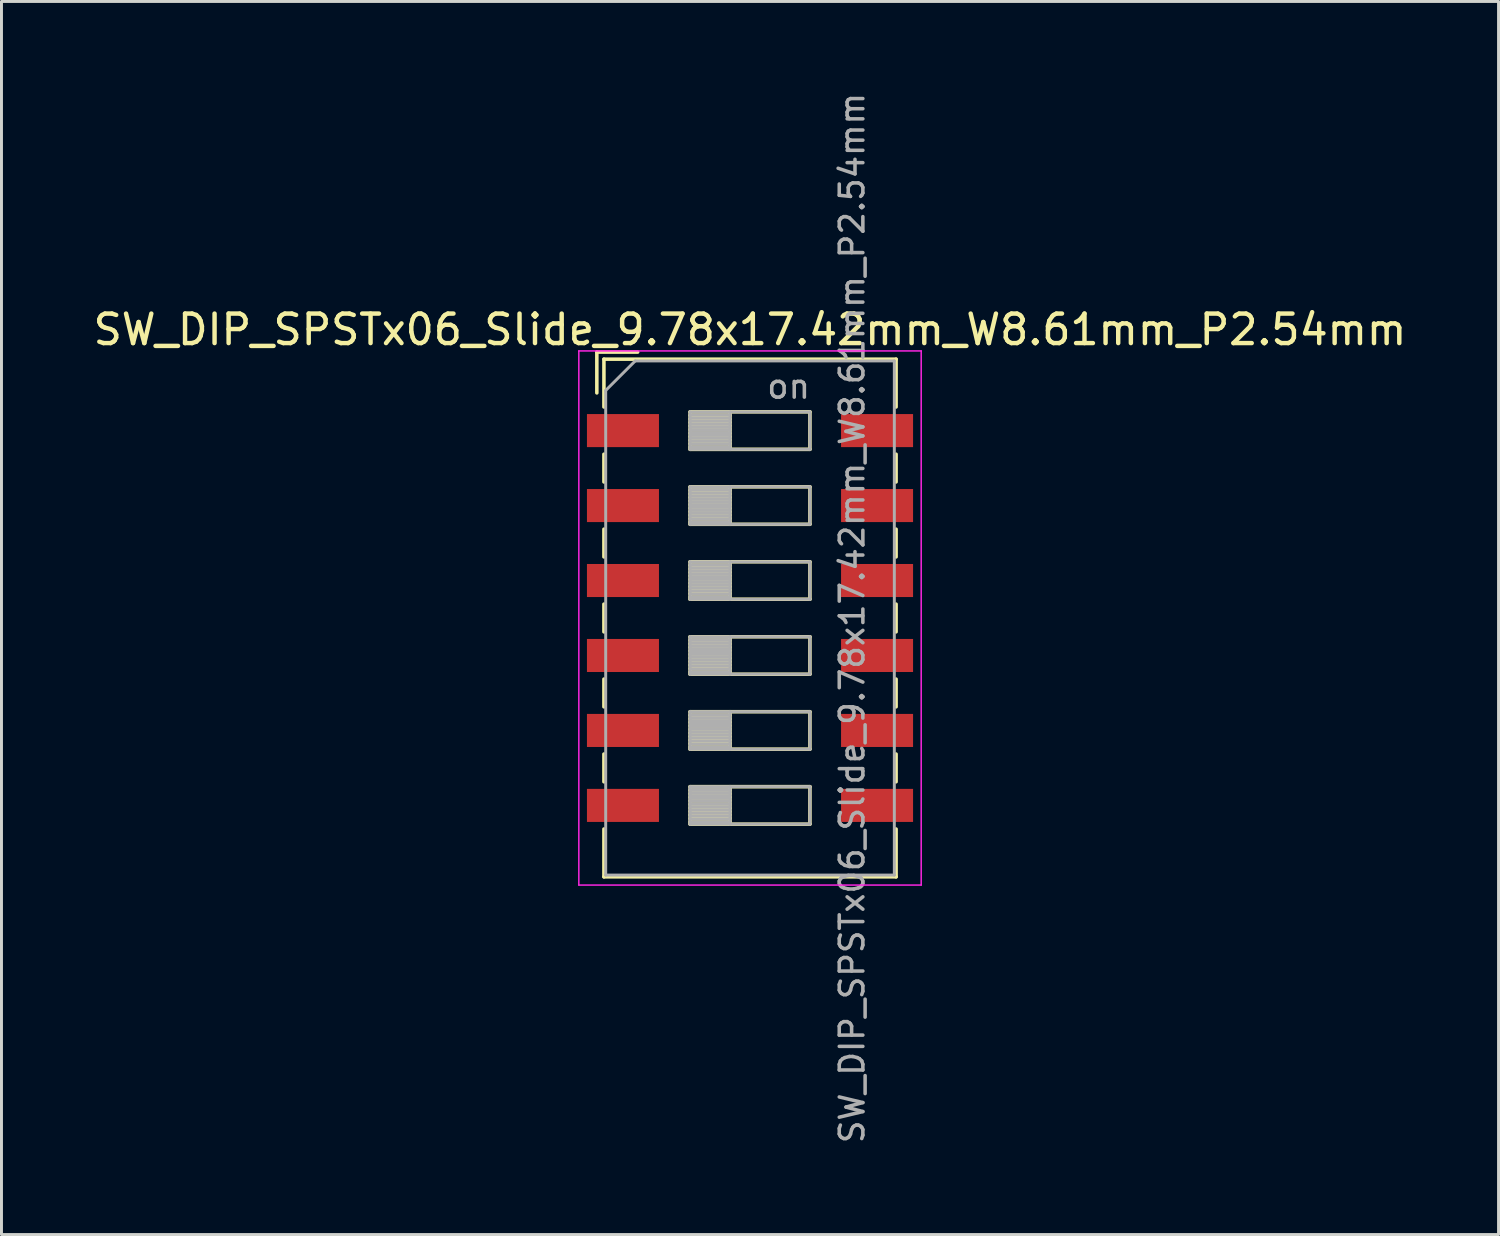
<source format=kicad_pcb>
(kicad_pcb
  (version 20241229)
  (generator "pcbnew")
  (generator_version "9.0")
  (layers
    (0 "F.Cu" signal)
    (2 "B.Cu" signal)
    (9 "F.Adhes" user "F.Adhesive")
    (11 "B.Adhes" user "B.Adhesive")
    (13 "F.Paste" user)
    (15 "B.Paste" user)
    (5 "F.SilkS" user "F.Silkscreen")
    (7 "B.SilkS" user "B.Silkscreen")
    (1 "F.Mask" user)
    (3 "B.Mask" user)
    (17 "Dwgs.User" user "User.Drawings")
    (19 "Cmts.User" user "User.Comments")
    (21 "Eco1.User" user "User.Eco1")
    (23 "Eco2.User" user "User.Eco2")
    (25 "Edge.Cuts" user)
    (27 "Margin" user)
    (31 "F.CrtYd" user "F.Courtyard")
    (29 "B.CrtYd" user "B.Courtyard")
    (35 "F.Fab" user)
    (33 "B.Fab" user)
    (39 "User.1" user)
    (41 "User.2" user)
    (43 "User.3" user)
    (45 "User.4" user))
  (footprint "SW_DIP_SPSTx06_Slide_9.78x17.42mm_W8.61mm_P2.54mm"
    (layer "F.Cu")
    (at 22.363 17.89)
    (property "Reference" "SW_DIP_SPSTx06_Slide_9.78x17.42mm_W8.61mm_P2.54mm" (at 0 -9.77 0) (layer "F.SilkS") (effects (font (size 1 1) (thickness 0.15))))
    (attr smd)
    (fp_line (start -5.19 -9.01) (end -5.19 -7.627) (stroke (width 0.12) (type solid)) (layer "F.SilkS"))
    (fp_line (start -5.19 -9.01) (end -3.806 -9.01) (stroke (width 0.12) (type solid)) (layer "F.SilkS"))
    (fp_line (start -4.95 -8.77) (end -4.95 -7.15) (stroke (width 0.12) (type solid)) (layer "F.SilkS"))
    (fp_line (start -4.95 -8.77) (end 4.95 -8.77) (stroke (width 0.12) (type solid)) (layer "F.SilkS"))
    (fp_line (start -4.95 -5.55) (end -4.95 -4.61) (stroke (width 0.12) (type solid)) (layer "F.SilkS"))
    (fp_line (start -4.95 -3.01) (end -4.95 -2.07) (stroke (width 0.12) (type solid)) (layer "F.SilkS"))
    (fp_line (start -4.95 -0.47) (end -4.95 0.47) (stroke (width 0.12) (type solid)) (layer "F.SilkS"))
    (fp_line (start -4.95 2.07) (end -4.95 3.01) (stroke (width 0.12) (type solid)) (layer "F.SilkS"))
    (fp_line (start -4.95 4.61) (end -4.95 5.55) (stroke (width 0.12) (type solid)) (layer "F.SilkS"))
    (fp_line (start -4.95 7.15) (end -4.95 8.77) (stroke (width 0.12) (type solid)) (layer "F.SilkS"))
    (fp_line (start -4.95 8.77) (end 4.95 8.77) (stroke (width 0.12) (type solid)) (layer "F.SilkS"))
    (fp_line (start -2.03 -6.985) (end -2.03 -5.715) (stroke (width 0.12) (type solid)) (layer "F.SilkS"))
    (fp_line (start -2.03 -6.865) (end -0.677 -6.865) (stroke (width 0.12) (type solid)) (layer "F.SilkS"))
    (fp_line (start -2.03 -6.745) (end -0.677 -6.745) (stroke (width 0.12) (type solid)) (layer "F.SilkS"))
    (fp_line (start -2.03 -6.625) (end -0.677 -6.625) (stroke (width 0.12) (type solid)) (layer "F.SilkS"))
    (fp_line (start -2.03 -6.505) (end -0.677 -6.505) (stroke (width 0.12) (type solid)) (layer "F.SilkS"))
    (fp_line (start -2.03 -6.385) (end -0.677 -6.385) (stroke (width 0.12) (type solid)) (layer "F.SilkS"))
    (fp_line (start -2.03 -6.265) (end -0.677 -6.265) (stroke (width 0.12) (type solid)) (layer "F.SilkS"))
    (fp_line (start -2.03 -6.145) (end -0.677 -6.145) (stroke (width 0.12) (type solid)) (layer "F.SilkS"))
    (fp_line (start -2.03 -6.025) (end -0.677 -6.025) (stroke (width 0.12) (type solid)) (layer "F.SilkS"))
    (fp_line (start -2.03 -5.905) (end -0.677 -5.905) (stroke (width 0.12) (type solid)) (layer "F.SilkS"))
    (fp_line (start -2.03 -5.785) (end -0.677 -5.785) (stroke (width 0.12) (type solid)) (layer "F.SilkS"))
    (fp_line (start -2.03 -5.715) (end 2.03 -5.715) (stroke (width 0.12) (type solid)) (layer "F.SilkS"))
    (fp_line (start -2.03 -4.445) (end -2.03 -3.175) (stroke (width 0.12) (type solid)) (layer "F.SilkS"))
    (fp_line (start -2.03 -4.325) (end -0.677 -4.325) (stroke (width 0.12) (type solid)) (layer "F.SilkS"))
    (fp_line (start -2.03 -4.205) (end -0.677 -4.205) (stroke (width 0.12) (type solid)) (layer "F.SilkS"))
    (fp_line (start -2.03 -4.085) (end -0.677 -4.085) (stroke (width 0.12) (type solid)) (layer "F.SilkS"))
    (fp_line (start -2.03 -3.965) (end -0.677 -3.965) (stroke (width 0.12) (type solid)) (layer "F.SilkS"))
    (fp_line (start -2.03 -3.845) (end -0.677 -3.845) (stroke (width 0.12) (type solid)) (layer "F.SilkS"))
    (fp_line (start -2.03 -3.725) (end -0.677 -3.725) (stroke (width 0.12) (type solid)) (layer "F.SilkS"))
    (fp_line (start -2.03 -3.605) (end -0.677 -3.605) (stroke (width 0.12) (type solid)) (layer "F.SilkS"))
    (fp_line (start -2.03 -3.485) (end -0.677 -3.485) (stroke (width 0.12) (type solid)) (layer "F.SilkS"))
    (fp_line (start -2.03 -3.365) (end -0.677 -3.365) (stroke (width 0.12) (type solid)) (layer "F.SilkS"))
    (fp_line (start -2.03 -3.245) (end -0.677 -3.245) (stroke (width 0.12) (type solid)) (layer "F.SilkS"))
    (fp_line (start -2.03 -3.175) (end 2.03 -3.175) (stroke (width 0.12) (type solid)) (layer "F.SilkS"))
    (fp_line (start -2.03 -1.905) (end -2.03 -0.635) (stroke (width 0.12) (type solid)) (layer "F.SilkS"))
    (fp_line (start -2.03 -1.785) (end -0.677 -1.785) (stroke (width 0.12) (type solid)) (layer "F.SilkS"))
    (fp_line (start -2.03 -1.665) (end -0.677 -1.665) (stroke (width 0.12) (type solid)) (layer "F.SilkS"))
    (fp_line (start -2.03 -1.545) (end -0.677 -1.545) (stroke (width 0.12) (type solid)) (layer "F.SilkS"))
    (fp_line (start -2.03 -1.425) (end -0.677 -1.425) (stroke (width 0.12) (type solid)) (layer "F.SilkS"))
    (fp_line (start -2.03 -1.305) (end -0.677 -1.305) (stroke (width 0.12) (type solid)) (layer "F.SilkS"))
    (fp_line (start -2.03 -1.185) (end -0.677 -1.185) (stroke (width 0.12) (type solid)) (layer "F.SilkS"))
    (fp_line (start -2.03 -1.065) (end -0.677 -1.065) (stroke (width 0.12) (type solid)) (layer "F.SilkS"))
    (fp_line (start -2.03 -0.945) (end -0.677 -0.945) (stroke (width 0.12) (type solid)) (layer "F.SilkS"))
    (fp_line (start -2.03 -0.825) (end -0.677 -0.825) (stroke (width 0.12) (type solid)) (layer "F.SilkS"))
    (fp_line (start -2.03 -0.705) (end -0.677 -0.705) (stroke (width 0.12) (type solid)) (layer "F.SilkS"))
    (fp_line (start -2.03 -0.635) (end 2.03 -0.635) (stroke (width 0.12) (type solid)) (layer "F.SilkS"))
    (fp_line (start -2.03 0.635) (end -2.03 1.905) (stroke (width 0.12) (type solid)) (layer "F.SilkS"))
    (fp_line (start -2.03 0.755) (end -0.677 0.755) (stroke (width 0.12) (type solid)) (layer "F.SilkS"))
    (fp_line (start -2.03 0.875) (end -0.677 0.875) (stroke (width 0.12) (type solid)) (layer "F.SilkS"))
    (fp_line (start -2.03 0.995) (end -0.677 0.995) (stroke (width 0.12) (type solid)) (layer "F.SilkS"))
    (fp_line (start -2.03 1.115) (end -0.677 1.115) (stroke (width 0.12) (type solid)) (layer "F.SilkS"))
    (fp_line (start -2.03 1.235) (end -0.677 1.235) (stroke (width 0.12) (type solid)) (layer "F.SilkS"))
    (fp_line (start -2.03 1.355) (end -0.677 1.355) (stroke (width 0.12) (type solid)) (layer "F.SilkS"))
    (fp_line (start -2.03 1.475) (end -0.677 1.475) (stroke (width 0.12) (type solid)) (layer "F.SilkS"))
    (fp_line (start -2.03 1.595) (end -0.677 1.595) (stroke (width 0.12) (type solid)) (layer "F.SilkS"))
    (fp_line (start -2.03 1.715) (end -0.677 1.715) (stroke (width 0.12) (type solid)) (layer "F.SilkS"))
    (fp_line (start -2.03 1.835) (end -0.677 1.835) (stroke (width 0.12) (type solid)) (layer "F.SilkS"))
    (fp_line (start -2.03 1.905) (end 2.03 1.905) (stroke (width 0.12) (type solid)) (layer "F.SilkS"))
    (fp_line (start -2.03 3.175) (end -2.03 4.445) (stroke (width 0.12) (type solid)) (layer "F.SilkS"))
    (fp_line (start -2.03 3.295) (end -0.677 3.295) (stroke (width 0.12) (type solid)) (layer "F.SilkS"))
    (fp_line (start -2.03 3.415) (end -0.677 3.415) (stroke (width 0.12) (type solid)) (layer "F.SilkS"))
    (fp_line (start -2.03 3.535) (end -0.677 3.535) (stroke (width 0.12) (type solid)) (layer "F.SilkS"))
    (fp_line (start -2.03 3.655) (end -0.677 3.655) (stroke (width 0.12) (type solid)) (layer "F.SilkS"))
    (fp_line (start -2.03 3.775) (end -0.677 3.775) (stroke (width 0.12) (type solid)) (layer "F.SilkS"))
    (fp_line (start -2.03 3.895) (end -0.677 3.895) (stroke (width 0.12) (type solid)) (layer "F.SilkS"))
    (fp_line (start -2.03 4.015) (end -0.677 4.015) (stroke (width 0.12) (type solid)) (layer "F.SilkS"))
    (fp_line (start -2.03 4.135) (end -0.677 4.135) (stroke (width 0.12) (type solid)) (layer "F.SilkS"))
    (fp_line (start -2.03 4.255) (end -0.677 4.255) (stroke (width 0.12) (type solid)) (layer "F.SilkS"))
    (fp_line (start -2.03 4.375) (end -0.677 4.375) (stroke (width 0.12) (type solid)) (layer "F.SilkS"))
    (fp_line (start -2.03 4.445) (end 2.03 4.445) (stroke (width 0.12) (type solid)) (layer "F.SilkS"))
    (fp_line (start -2.03 5.715) (end -2.03 6.985) (stroke (width 0.12) (type solid)) (layer "F.SilkS"))
    (fp_line (start -2.03 5.835) (end -0.677 5.835) (stroke (width 0.12) (type solid)) (layer "F.SilkS"))
    (fp_line (start -2.03 5.955) (end -0.677 5.955) (stroke (width 0.12) (type solid)) (layer "F.SilkS"))
    (fp_line (start -2.03 6.075) (end -0.677 6.075) (stroke (width 0.12) (type solid)) (layer "F.SilkS"))
    (fp_line (start -2.03 6.195) (end -0.677 6.195) (stroke (width 0.12) (type solid)) (layer "F.SilkS"))
    (fp_line (start -2.03 6.315) (end -0.677 6.315) (stroke (width 0.12) (type solid)) (layer "F.SilkS"))
    (fp_line (start -2.03 6.435) (end -0.677 6.435) (stroke (width 0.12) (type solid)) (layer "F.SilkS"))
    (fp_line (start -2.03 6.555) (end -0.677 6.555) (stroke (width 0.12) (type solid)) (layer "F.SilkS"))
    (fp_line (start -2.03 6.675) (end -0.677 6.675) (stroke (width 0.12) (type solid)) (layer "F.SilkS"))
    (fp_line (start -2.03 6.795) (end -0.677 6.795) (stroke (width 0.12) (type solid)) (layer "F.SilkS"))
    (fp_line (start -2.03 6.915) (end -0.677 6.915) (stroke (width 0.12) (type solid)) (layer "F.SilkS"))
    (fp_line (start -2.03 6.985) (end 2.03 6.985) (stroke (width 0.12) (type solid)) (layer "F.SilkS"))
    (fp_line (start -0.677 -6.985) (end -0.677 -5.715) (stroke (width 0.12) (type solid)) (layer "F.SilkS"))
    (fp_line (start -0.677 -4.445) (end -0.677 -3.175) (stroke (width 0.12) (type solid)) (layer "F.SilkS"))
    (fp_line (start -0.677 -1.905) (end -0.677 -0.635) (stroke (width 0.12) (type solid)) (layer "F.SilkS"))
    (fp_line (start -0.677 0.635) (end -0.677 1.905) (stroke (width 0.12) (type solid)) (layer "F.SilkS"))
    (fp_line (start -0.677 3.175) (end -0.677 4.445) (stroke (width 0.12) (type solid)) (layer "F.SilkS"))
    (fp_line (start -0.677 5.715) (end -0.677 6.985) (stroke (width 0.12) (type solid)) (layer "F.SilkS"))
    (fp_line (start 2.03 -6.985) (end -2.03 -6.985) (stroke (width 0.12) (type solid)) (layer "F.SilkS"))
    (fp_line (start 2.03 -5.715) (end 2.03 -6.985) (stroke (width 0.12) (type solid)) (layer "F.SilkS"))
    (fp_line (start 2.03 -4.445) (end -2.03 -4.445) (stroke (width 0.12) (type solid)) (layer "F.SilkS"))
    (fp_line (start 2.03 -3.175) (end 2.03 -4.445) (stroke (width 0.12) (type solid)) (layer "F.SilkS"))
    (fp_line (start 2.03 -1.905) (end -2.03 -1.905) (stroke (width 0.12) (type solid)) (layer "F.SilkS"))
    (fp_line (start 2.03 -0.635) (end 2.03 -1.905) (stroke (width 0.12) (type solid)) (layer "F.SilkS"))
    (fp_line (start 2.03 0.635) (end -2.03 0.635) (stroke (width 0.12) (type solid)) (layer "F.SilkS"))
    (fp_line (start 2.03 1.905) (end 2.03 0.635) (stroke (width 0.12) (type solid)) (layer "F.SilkS"))
    (fp_line (start 2.03 3.175) (end -2.03 3.175) (stroke (width 0.12) (type solid)) (layer "F.SilkS"))
    (fp_line (start 2.03 4.445) (end 2.03 3.175) (stroke (width 0.12) (type solid)) (layer "F.SilkS"))
    (fp_line (start 2.03 5.715) (end -2.03 5.715) (stroke (width 0.12) (type solid)) (layer "F.SilkS"))
    (fp_line (start 2.03 6.985) (end 2.03 5.715) (stroke (width 0.12) (type solid)) (layer "F.SilkS"))
    (fp_line (start 4.95 -8.77) (end 4.95 -7.15) (stroke (width 0.12) (type solid)) (layer "F.SilkS"))
    (fp_line (start 4.95 -5.55) (end 4.95 -4.61) (stroke (width 0.12) (type solid)) (layer "F.SilkS"))
    (fp_line (start 4.95 -3.01) (end 4.95 -2.07) (stroke (width 0.12) (type solid)) (layer "F.SilkS"))
    (fp_line (start 4.95 -0.47) (end 4.95 0.47) (stroke (width 0.12) (type solid)) (layer "F.SilkS"))
    (fp_line (start 4.95 2.07) (end 4.95 3.01) (stroke (width 0.12) (type solid)) (layer "F.SilkS"))
    (fp_line (start 4.95 4.61) (end 4.95 5.55) (stroke (width 0.12) (type solid)) (layer "F.SilkS"))
    (fp_line (start 4.95 7.15) (end 4.95 8.77) (stroke (width 0.12) (type solid)) (layer "F.SilkS"))
    (fp_line (start -5.8 -9.05) (end -5.8 9.05) (stroke (width 0.05) (type solid)) (layer "F.CrtYd"))
    (fp_line (start -5.8 9.05) (end 5.8 9.05) (stroke (width 0.05) (type solid)) (layer "F.CrtYd"))
    (fp_line (start 5.8 -9.05) (end -5.8 -9.05) (stroke (width 0.05) (type solid)) (layer "F.CrtYd"))
    (fp_line (start 5.8 9.05) (end 5.8 -9.05) (stroke (width 0.05) (type solid)) (layer "F.CrtYd"))
    (fp_line (start -4.89 -7.71) (end -3.89 -8.71) (stroke (width 0.1) (type solid)) (layer "F.Fab"))
    (fp_line (start -4.89 8.71) (end -4.89 -7.71) (stroke (width 0.1) (type solid)) (layer "F.Fab"))
    (fp_line (start -3.89 -8.71) (end 4.89 -8.71) (stroke (width 0.1) (type solid)) (layer "F.Fab"))
    (fp_line (start -2.03 -6.985) (end -2.03 -5.715) (stroke (width 0.1) (type solid)) (layer "F.Fab"))
    (fp_line (start -2.03 -6.885) (end -0.677 -6.885) (stroke (width 0.1) (type solid)) (layer "F.Fab"))
    (fp_line (start -2.03 -6.785) (end -0.677 -6.785) (stroke (width 0.1) (type solid)) (layer "F.Fab"))
    (fp_line (start -2.03 -6.685) (end -0.677 -6.685) (stroke (width 0.1) (type solid)) (layer "F.Fab"))
    (fp_line (start -2.03 -6.585) (end -0.677 -6.585) (stroke (width 0.1) (type solid)) (layer "F.Fab"))
    (fp_line (start -2.03 -6.485) (end -0.677 -6.485) (stroke (width 0.1) (type solid)) (layer "F.Fab"))
    (fp_line (start -2.03 -6.385) (end -0.677 -6.385) (stroke (width 0.1) (type solid)) (layer "F.Fab"))
    (fp_line (start -2.03 -6.285) (end -0.677 -6.285) (stroke (width 0.1) (type solid)) (layer "F.Fab"))
    (fp_line (start -2.03 -6.185) (end -0.677 -6.185) (stroke (width 0.1) (type solid)) (layer "F.Fab"))
    (fp_line (start -2.03 -6.085) (end -0.677 -6.085) (stroke (width 0.1) (type solid)) (layer "F.Fab"))
    (fp_line (start -2.03 -5.985) (end -0.677 -5.985) (stroke (width 0.1) (type solid)) (layer "F.Fab"))
    (fp_line (start -2.03 -5.885) (end -0.677 -5.885) (stroke (width 0.1) (type solid)) (layer "F.Fab"))
    (fp_line (start -2.03 -5.785) (end -0.677 -5.785) (stroke (width 0.1) (type solid)) (layer "F.Fab"))
    (fp_line (start -2.03 -5.715) (end 2.03 -5.715) (stroke (width 0.1) (type solid)) (layer "F.Fab"))
    (fp_line (start -2.03 -4.445) (end -2.03 -3.175) (stroke (width 0.1) (type solid)) (layer "F.Fab"))
    (fp_line (start -2.03 -4.345) (end -0.677 -4.345) (stroke (width 0.1) (type solid)) (layer "F.Fab"))
    (fp_line (start -2.03 -4.245) (end -0.677 -4.245) (stroke (width 0.1) (type solid)) (layer "F.Fab"))
    (fp_line (start -2.03 -4.145) (end -0.677 -4.145) (stroke (width 0.1) (type solid)) (layer "F.Fab"))
    (fp_line (start -2.03 -4.045) (end -0.677 -4.045) (stroke (width 0.1) (type solid)) (layer "F.Fab"))
    (fp_line (start -2.03 -3.945) (end -0.677 -3.945) (stroke (width 0.1) (type solid)) (layer "F.Fab"))
    (fp_line (start -2.03 -3.845) (end -0.677 -3.845) (stroke (width 0.1) (type solid)) (layer "F.Fab"))
    (fp_line (start -2.03 -3.745) (end -0.677 -3.745) (stroke (width 0.1) (type solid)) (layer "F.Fab"))
    (fp_line (start -2.03 -3.645) (end -0.677 -3.645) (stroke (width 0.1) (type solid)) (layer "F.Fab"))
    (fp_line (start -2.03 -3.545) (end -0.677 -3.545) (stroke (width 0.1) (type solid)) (layer "F.Fab"))
    (fp_line (start -2.03 -3.445) (end -0.677 -3.445) (stroke (width 0.1) (type solid)) (layer "F.Fab"))
    (fp_line (start -2.03 -3.345) (end -0.677 -3.345) (stroke (width 0.1) (type solid)) (layer "F.Fab"))
    (fp_line (start -2.03 -3.245) (end -0.677 -3.245) (stroke (width 0.1) (type solid)) (layer "F.Fab"))
    (fp_line (start -2.03 -3.175) (end 2.03 -3.175) (stroke (width 0.1) (type solid)) (layer "F.Fab"))
    (fp_line (start -2.03 -1.905) (end -2.03 -0.635) (stroke (width 0.1) (type solid)) (layer "F.Fab"))
    (fp_line (start -2.03 -1.805) (end -0.677 -1.805) (stroke (width 0.1) (type solid)) (layer "F.Fab"))
    (fp_line (start -2.03 -1.705) (end -0.677 -1.705) (stroke (width 0.1) (type solid)) (layer "F.Fab"))
    (fp_line (start -2.03 -1.605) (end -0.677 -1.605) (stroke (width 0.1) (type solid)) (layer "F.Fab"))
    (fp_line (start -2.03 -1.505) (end -0.677 -1.505) (stroke (width 0.1) (type solid)) (layer "F.Fab"))
    (fp_line (start -2.03 -1.405) (end -0.677 -1.405) (stroke (width 0.1) (type solid)) (layer "F.Fab"))
    (fp_line (start -2.03 -1.305) (end -0.677 -1.305) (stroke (width 0.1) (type solid)) (layer "F.Fab"))
    (fp_line (start -2.03 -1.205) (end -0.677 -1.205) (stroke (width 0.1) (type solid)) (layer "F.Fab"))
    (fp_line (start -2.03 -1.105) (end -0.677 -1.105) (stroke (width 0.1) (type solid)) (layer "F.Fab"))
    (fp_line (start -2.03 -1.005) (end -0.677 -1.005) (stroke (width 0.1) (type solid)) (layer "F.Fab"))
    (fp_line (start -2.03 -0.905) (end -0.677 -0.905) (stroke (width 0.1) (type solid)) (layer "F.Fab"))
    (fp_line (start -2.03 -0.805) (end -0.677 -0.805) (stroke (width 0.1) (type solid)) (layer "F.Fab"))
    (fp_line (start -2.03 -0.705) (end -0.677 -0.705) (stroke (width 0.1) (type solid)) (layer "F.Fab"))
    (fp_line (start -2.03 -0.635) (end 2.03 -0.635) (stroke (width 0.1) (type solid)) (layer "F.Fab"))
    (fp_line (start -2.03 0.635) (end -2.03 1.905) (stroke (width 0.1) (type solid)) (layer "F.Fab"))
    (fp_line (start -2.03 0.735) (end -0.677 0.735) (stroke (width 0.1) (type solid)) (layer "F.Fab"))
    (fp_line (start -2.03 0.835) (end -0.677 0.835) (stroke (width 0.1) (type solid)) (layer "F.Fab"))
    (fp_line (start -2.03 0.935) (end -0.677 0.935) (stroke (width 0.1) (type solid)) (layer "F.Fab"))
    (fp_line (start -2.03 1.035) (end -0.677 1.035) (stroke (width 0.1) (type solid)) (layer "F.Fab"))
    (fp_line (start -2.03 1.135) (end -0.677 1.135) (stroke (width 0.1) (type solid)) (layer "F.Fab"))
    (fp_line (start -2.03 1.235) (end -0.677 1.235) (stroke (width 0.1) (type solid)) (layer "F.Fab"))
    (fp_line (start -2.03 1.335) (end -0.677 1.335) (stroke (width 0.1) (type solid)) (layer "F.Fab"))
    (fp_line (start -2.03 1.435) (end -0.677 1.435) (stroke (width 0.1) (type solid)) (layer "F.Fab"))
    (fp_line (start -2.03 1.535) (end -0.677 1.535) (stroke (width 0.1) (type solid)) (layer "F.Fab"))
    (fp_line (start -2.03 1.635) (end -0.677 1.635) (stroke (width 0.1) (type solid)) (layer "F.Fab"))
    (fp_line (start -2.03 1.735) (end -0.677 1.735) (stroke (width 0.1) (type solid)) (layer "F.Fab"))
    (fp_line (start -2.03 1.835) (end -0.677 1.835) (stroke (width 0.1) (type solid)) (layer "F.Fab"))
    (fp_line (start -2.03 1.905) (end 2.03 1.905) (stroke (width 0.1) (type solid)) (layer "F.Fab"))
    (fp_line (start -2.03 3.175) (end -2.03 4.445) (stroke (width 0.1) (type solid)) (layer "F.Fab"))
    (fp_line (start -2.03 3.275) (end -0.677 3.275) (stroke (width 0.1) (type solid)) (layer "F.Fab"))
    (fp_line (start -2.03 3.375) (end -0.677 3.375) (stroke (width 0.1) (type solid)) (layer "F.Fab"))
    (fp_line (start -2.03 3.475) (end -0.677 3.475) (stroke (width 0.1) (type solid)) (layer "F.Fab"))
    (fp_line (start -2.03 3.575) (end -0.677 3.575) (stroke (width 0.1) (type solid)) (layer "F.Fab"))
    (fp_line (start -2.03 3.675) (end -0.677 3.675) (stroke (width 0.1) (type solid)) (layer "F.Fab"))
    (fp_line (start -2.03 3.775) (end -0.677 3.775) (stroke (width 0.1) (type solid)) (layer "F.Fab"))
    (fp_line (start -2.03 3.875) (end -0.677 3.875) (stroke (width 0.1) (type solid)) (layer "F.Fab"))
    (fp_line (start -2.03 3.975) (end -0.677 3.975) (stroke (width 0.1) (type solid)) (layer "F.Fab"))
    (fp_line (start -2.03 4.075) (end -0.677 4.075) (stroke (width 0.1) (type solid)) (layer "F.Fab"))
    (fp_line (start -2.03 4.175) (end -0.677 4.175) (stroke (width 0.1) (type solid)) (layer "F.Fab"))
    (fp_line (start -2.03 4.275) (end -0.677 4.275) (stroke (width 0.1) (type solid)) (layer "F.Fab"))
    (fp_line (start -2.03 4.375) (end -0.677 4.375) (stroke (width 0.1) (type solid)) (layer "F.Fab"))
    (fp_line (start -2.03 4.445) (end 2.03 4.445) (stroke (width 0.1) (type solid)) (layer "F.Fab"))
    (fp_line (start -2.03 5.715) (end -2.03 6.985) (stroke (width 0.1) (type solid)) (layer "F.Fab"))
    (fp_line (start -2.03 5.815) (end -0.677 5.815) (stroke (width 0.1) (type solid)) (layer "F.Fab"))
    (fp_line (start -2.03 5.915) (end -0.677 5.915) (stroke (width 0.1) (type solid)) (layer "F.Fab"))
    (fp_line (start -2.03 6.015) (end -0.677 6.015) (stroke (width 0.1) (type solid)) (layer "F.Fab"))
    (fp_line (start -2.03 6.115) (end -0.677 6.115) (stroke (width 0.1) (type solid)) (layer "F.Fab"))
    (fp_line (start -2.03 6.215) (end -0.677 6.215) (stroke (width 0.1) (type solid)) (layer "F.Fab"))
    (fp_line (start -2.03 6.315) (end -0.677 6.315) (stroke (width 0.1) (type solid)) (layer "F.Fab"))
    (fp_line (start -2.03 6.415) (end -0.677 6.415) (stroke (width 0.1) (type solid)) (layer "F.Fab"))
    (fp_line (start -2.03 6.515) (end -0.677 6.515) (stroke (width 0.1) (type solid)) (layer "F.Fab"))
    (fp_line (start -2.03 6.615) (end -0.677 6.615) (stroke (width 0.1) (type solid)) (layer "F.Fab"))
    (fp_line (start -2.03 6.715) (end -0.677 6.715) (stroke (width 0.1) (type solid)) (layer "F.Fab"))
    (fp_line (start -2.03 6.815) (end -0.677 6.815) (stroke (width 0.1) (type solid)) (layer "F.Fab"))
    (fp_line (start -2.03 6.915) (end -0.677 6.915) (stroke (width 0.1) (type solid)) (layer "F.Fab"))
    (fp_line (start -2.03 6.985) (end 2.03 6.985) (stroke (width 0.1) (type solid)) (layer "F.Fab"))
    (fp_line (start -0.677 -6.985) (end -0.677 -5.715) (stroke (width 0.1) (type solid)) (layer "F.Fab"))
    (fp_line (start -0.677 -4.445) (end -0.677 -3.175) (stroke (width 0.1) (type solid)) (layer "F.Fab"))
    (fp_line (start -0.677 -1.905) (end -0.677 -0.635) (stroke (width 0.1) (type solid)) (layer "F.Fab"))
    (fp_line (start -0.677 0.635) (end -0.677 1.905) (stroke (width 0.1) (type solid)) (layer "F.Fab"))
    (fp_line (start -0.677 3.175) (end -0.677 4.445) (stroke (width 0.1) (type solid)) (layer "F.Fab"))
    (fp_line (start -0.677 5.715) (end -0.677 6.985) (stroke (width 0.1) (type solid)) (layer "F.Fab"))
    (fp_line (start 2.03 -6.985) (end -2.03 -6.985) (stroke (width 0.1) (type solid)) (layer "F.Fab"))
    (fp_line (start 2.03 -5.715) (end 2.03 -6.985) (stroke (width 0.1) (type solid)) (layer "F.Fab"))
    (fp_line (start 2.03 -4.445) (end -2.03 -4.445) (stroke (width 0.1) (type solid)) (layer "F.Fab"))
    (fp_line (start 2.03 -3.175) (end 2.03 -4.445) (stroke (width 0.1) (type solid)) (layer "F.Fab"))
    (fp_line (start 2.03 -1.905) (end -2.03 -1.905) (stroke (width 0.1) (type solid)) (layer "F.Fab"))
    (fp_line (start 2.03 -0.635) (end 2.03 -1.905) (stroke (width 0.1) (type solid)) (layer "F.Fab"))
    (fp_line (start 2.03 0.635) (end -2.03 0.635) (stroke (width 0.1) (type solid)) (layer "F.Fab"))
    (fp_line (start 2.03 1.905) (end 2.03 0.635) (stroke (width 0.1) (type solid)) (layer "F.Fab"))
    (fp_line (start 2.03 3.175) (end -2.03 3.175) (stroke (width 0.1) (type solid)) (layer "F.Fab"))
    (fp_line (start 2.03 4.445) (end 2.03 3.175) (stroke (width 0.1) (type solid)) (layer "F.Fab"))
    (fp_line (start 2.03 5.715) (end -2.03 5.715) (stroke (width 0.1) (type solid)) (layer "F.Fab"))
    (fp_line (start 2.03 6.985) (end 2.03 5.715) (stroke (width 0.1) (type solid)) (layer "F.Fab"))
    (fp_line (start 4.89 -8.71) (end 4.89 8.71) (stroke (width 0.1) (type solid)) (layer "F.Fab"))
    (fp_line (start 4.89 8.71) (end -4.89 8.71) (stroke (width 0.1) (type solid)) (layer "F.Fab"))
    (fp_text user "${REFERENCE}" (at 3.46 0 90) (layer "F.Fab") (effects (font (size 0.8 0.8) (thickness 0.12))))
    (fp_text user "on" (at 1.308 -7.848 0) (layer "F.Fab") (effects (font (size 0.8 0.8) (thickness 0.12))))
    (pad "1" smd rect (at -4.305 -6.35) (size 2.44 1.12) (layers "F.Cu" "F.Mask" "F.Paste"))
    (pad "2" smd rect (at -4.305 -3.81) (size 2.44 1.12) (layers "F.Cu" "F.Mask" "F.Paste"))
    (pad "3" smd rect (at -4.305 -1.27) (size 2.44 1.12) (layers "F.Cu" "F.Mask" "F.Paste"))
    (pad "4" smd rect (at -4.305 1.27) (size 2.44 1.12) (layers "F.Cu" "F.Mask" "F.Paste"))
    (pad "5" smd rect (at -4.305 3.81) (size 2.44 1.12) (layers "F.Cu" "F.Mask" "F.Paste"))
    (pad "6" smd rect (at -4.305 6.35) (size 2.44 1.12) (layers "F.Cu" "F.Mask" "F.Paste"))
    (pad "7" smd rect (at 4.305 6.35) (size 2.44 1.12) (layers "F.Cu" "F.Mask" "F.Paste"))
    (pad "8" smd rect (at 4.305 3.81) (size 2.44 1.12) (layers "F.Cu" "F.Mask" "F.Paste"))
    (pad "9" smd rect (at 4.305 1.27) (size 2.44 1.12) (layers "F.Cu" "F.Mask" "F.Paste"))
    (pad "10" smd rect (at 4.305 -1.27) (size 2.44 1.12) (layers "F.Cu" "F.Mask" "F.Paste"))
    (pad "11" smd rect (at 4.305 -3.81) (size 2.44 1.12) (layers "F.Cu" "F.Mask" "F.Paste"))
    (pad "12" smd rect (at 4.305 -6.35) (size 2.44 1.12) (layers "F.Cu" "F.Mask" "F.Paste")))
  (gr_rect
    (start -3 -3)
    (end 47.726 38.781)
    (stroke (width 0.1) (type default))
    (fill no)
    (layer "Edge.Cuts")))
</source>
